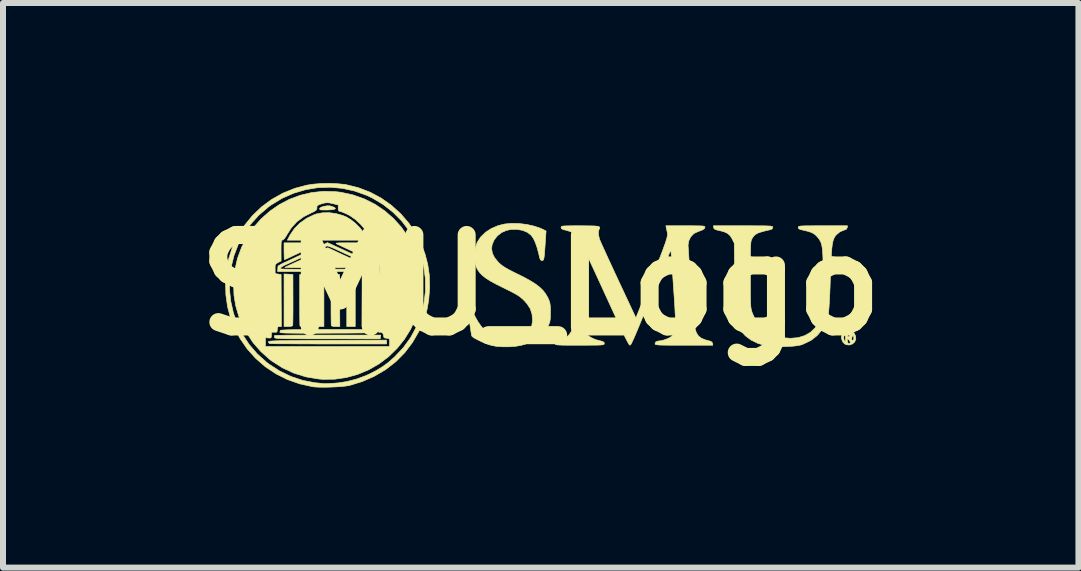
<source format=kicad_pcb>
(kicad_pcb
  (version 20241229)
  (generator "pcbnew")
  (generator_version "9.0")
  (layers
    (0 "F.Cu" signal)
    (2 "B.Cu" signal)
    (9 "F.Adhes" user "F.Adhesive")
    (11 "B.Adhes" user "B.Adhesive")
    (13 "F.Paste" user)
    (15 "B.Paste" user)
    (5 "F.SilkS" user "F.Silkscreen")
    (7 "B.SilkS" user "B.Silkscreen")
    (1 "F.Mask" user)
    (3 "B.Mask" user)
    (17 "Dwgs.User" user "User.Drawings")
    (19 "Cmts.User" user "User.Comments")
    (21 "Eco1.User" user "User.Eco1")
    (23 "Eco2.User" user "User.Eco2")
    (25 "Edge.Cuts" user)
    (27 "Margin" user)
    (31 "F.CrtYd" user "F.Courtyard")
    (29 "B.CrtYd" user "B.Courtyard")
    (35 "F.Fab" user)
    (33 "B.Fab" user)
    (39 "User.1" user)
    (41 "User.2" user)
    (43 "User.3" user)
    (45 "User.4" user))
  (footprint "SMU_Logo"
    (layer "F.Cu")
    (at 5.958 1.699)
    (property "Reference" "SMU_Logo" (at 0 0 0) (layer "F.SilkS") (effects (font (size 1.524 1.524) (thickness 0.3))))
    (attr through_hole)
    (fp_poly (pts (xy -3.612 0.691) (xy -3.754 0.691) (xy -3.754 -0.183) (xy -3.612 -0.183) (xy -3.612 0.691)) (stroke (width 0.01) (type solid)) (fill yes) (layer "F.SilkS"))
    (fp_poly (pts (xy -3.09 0.691) (xy -3.231 0.691) (xy -3.231 -0.183) (xy -3.09 -0.183) (xy -3.09 0.691)) (stroke (width 0.01) (type solid)) (fill yes) (layer "F.SilkS"))
    (fp_poly (pts (xy -3.873 0.684) (xy -3.939 0.689) (xy -3.979 0.689) (xy -4.006 0.685) (xy -4.011 0.682) (xy -4.012 0.665) (xy -4.013 0.624) (xy -4.014 0.562) (xy -4.015 0.482) (xy -4.015 0.389) (xy -4.016 0.285) (xy -4.015 0.247) (xy -4.015 -0.176) (xy -3.873 -0.176) (xy -3.873 0.684)) (stroke (width 0.01) (type solid)) (fill yes) (layer "F.SilkS"))
    (fp_poly (pts (xy -4.202 -0.181) (xy -4.128 -0.176) (xy -4.127 0.24) (xy -4.127 0.346) (xy -4.127 0.443) (xy -4.128 0.528) (xy -4.129 0.597) (xy -4.13 0.646) (xy -4.131 0.671) (xy -4.132 0.674) (xy -4.149 0.685) (xy -4.19 0.691) (xy -4.207 0.691) (xy -4.276 0.691) (xy -4.276 -0.185) (xy -4.202 -0.181)) (stroke (width 0.01) (type solid)) (fill yes) (layer "F.SilkS"))
    (fp_poly (pts (xy -3.349 0.258) (xy -3.347 0.691) (xy -3.415 0.691) (xy -3.46 0.688) (xy -3.486 0.678) (xy -3.488 0.674) (xy -3.49 0.656) (xy -3.491 0.613) (xy -3.492 0.549) (xy -3.493 0.469) (xy -3.493 0.374) (xy -3.493 0.27) (xy -3.493 0.24) (xy -3.492 -0.176) (xy -3.351 -0.176) (xy -3.349 0.258)) (stroke (width 0.01) (type solid)) (fill yes) (layer "F.SilkS"))
    (fp_poly (pts (xy -2.829 0.24) (xy -2.829 0.346) (xy -2.829 0.443) (xy -2.83 0.528) (xy -2.83 0.597) (xy -2.832 0.646) (xy -2.833 0.671) (xy -2.833 0.674) (xy -2.851 0.685) (xy -2.892 0.691) (xy -2.908 0.691) (xy -2.977 0.691) (xy -2.974 0.258) (xy -2.97 -0.176) (xy -2.83 -0.176) (xy -2.829 0.24)) (stroke (width 0.01) (type solid)) (fill yes) (layer "F.SilkS"))
    (fp_poly (pts (xy -3.775 -0.655) (xy -3.83 -0.628) (xy -3.895 -0.597) (xy -3.967 -0.563) (xy -4.04 -0.528) (xy -4.11 -0.496) (xy -4.173 -0.466) (xy -4.223 -0.443) (xy -4.257 -0.428) (xy -4.27 -0.423) (xy -4.272 -0.436) (xy -4.274 -0.472) (xy -4.275 -0.523) (xy -4.276 -0.563) (xy -4.276 -0.703) (xy -3.976 -0.703) (xy -3.676 -0.703) (xy -3.775 -0.655)) (stroke (width 0.01) (type solid)) (fill yes) (layer "F.SilkS"))
    (fp_poly (pts (xy -3.51 -1.319) (xy -3.478 -1.31) (xy -3.435 -1.292) (xy -3.42 -1.277) (xy -3.431 -1.265) (xy -3.469 -1.256) (xy -3.533 -1.252) (xy -3.547 -1.251) (xy -3.603 -1.251) (xy -3.647 -1.252) (xy -3.673 -1.254) (xy -3.677 -1.255) (xy -3.684 -1.275) (xy -3.664 -1.294) (xy -3.62 -1.31) (xy -3.609 -1.312) (xy -3.554 -1.321) (xy -3.51 -1.319)) (stroke (width 0.01) (type solid)) (fill yes) (layer "F.SilkS"))
    (fp_poly (pts (xy -3.407 -1.19) (xy -3.295 -1.158) (xy -3.237 -1.134) (xy -3.16 -1.087) (xy -3.083 -1.025) (xy -3.013 -0.954) (xy -2.954 -0.88) (xy -2.912 -0.809) (xy -2.901 -0.78) (xy -2.891 -0.748) (xy -4.221 -0.748) (xy -4.176 -0.833) (xy -4.104 -0.939) (xy -4.01 -1.034) (xy -3.898 -1.113) (xy -3.774 -1.172) (xy -3.736 -1.185) (xy -3.636 -1.204) (xy -3.523 -1.206) (xy -3.407 -1.19)) (stroke (width 0.01) (type solid)) (fill yes) (layer "F.SilkS"))
    (fp_poly (pts (xy -2.822 -0.564) (xy -2.823 -0.505) (xy -2.826 -0.458) (xy -2.83 -0.43) (xy -2.833 -0.425) (xy -2.848 -0.431) (xy -2.885 -0.447) (xy -2.94 -0.471) (xy -3.007 -0.502) (xy -3.084 -0.538) (xy -3.09 -0.541) (xy -3.171 -0.579) (xy -3.246 -0.614) (xy -3.31 -0.644) (xy -3.359 -0.667) (xy -3.387 -0.68) (xy -3.402 -0.688) (xy -3.409 -0.694) (xy -3.405 -0.698) (xy -3.387 -0.701) (xy -3.351 -0.703) (xy -3.297 -0.704) (xy -3.219 -0.704) (xy -3.129 -0.704) (xy -2.822 -0.704) (xy -2.822 -0.564)) (stroke (width 0.01) (type solid)) (fill yes) (layer "F.SilkS"))
    (fp_poly (pts (xy -2.568 0.981) (xy -3.535 0.981) (xy -3.698 0.981) (xy -3.853 0.98) (xy -3.997 0.98) (xy -4.129 0.979) (xy -4.245 0.978) (xy -4.344 0.978) (xy -4.424 0.977) (xy -4.481 0.976) (xy -4.513 0.974) (xy -4.52 0.974) (xy -4.535 0.955) (xy -4.537 0.945) (xy -4.534 0.941) (xy -4.525 0.938) (xy -4.508 0.935) (xy -4.48 0.932) (xy -4.44 0.93) (xy -4.387 0.928) (xy -4.317 0.926) (xy -4.23 0.925) (xy -4.123 0.924) (xy -3.994 0.923) (xy -3.842 0.922) (xy -3.665 0.921) (xy -3.552 0.921) (xy -2.568 0.917) (xy -2.568 0.981)) (stroke (width 0.01) (type solid)) (fill yes) (layer "F.SilkS"))
    (fp_poly (pts (xy -2.67 0.864) (xy -2.674 0.896) (xy -3.552 0.896) (xy -3.731 0.896) (xy -3.885 0.896) (xy -4.014 0.895) (xy -4.122 0.895) (xy -4.209 0.894) (xy -4.279 0.893) (xy -4.332 0.891) (xy -4.372 0.889) (xy -4.4 0.887) (xy -4.418 0.883) (xy -4.429 0.88) (xy -4.434 0.875) (xy -4.436 0.872) (xy -4.437 0.848) (xy -4.434 0.84) (xy -4.419 0.839) (xy -4.378 0.838) (xy -4.314 0.837) (xy -4.228 0.835) (xy -4.125 0.834) (xy -4.005 0.834) (xy -3.871 0.833) (xy -3.726 0.833) (xy -3.572 0.833) (xy -3.546 0.833) (xy -2.665 0.833) (xy -2.67 0.864)) (stroke (width 0.01) (type solid)) (fill yes) (layer "F.SilkS"))
    (fp_poly (pts (xy -3.386 -0.547) (xy -3.308 -0.51) (xy -3.216 -0.468) (xy -3.121 -0.425) (xy -3.038 -0.387) (xy -2.973 -0.357) (xy -2.919 -0.331) (xy -2.88 -0.311) (xy -2.861 -0.299) (xy -2.859 -0.297) (xy -2.874 -0.296) (xy -2.914 -0.294) (xy -2.975 -0.293) (xy -3.054 -0.292) (xy -3.149 -0.292) (xy -3.255 -0.291) (xy -3.369 -0.29) (xy -3.489 -0.29) (xy -3.611 -0.29) (xy -3.731 -0.29) (xy -3.847 -0.29) (xy -3.955 -0.29) (xy -4.051 -0.29) (xy -4.133 -0.291) (xy -4.198 -0.291) (xy -4.242 -0.292) (xy -4.261 -0.293) (xy -4.262 -0.294) (xy -4.25 -0.301) (xy -4.218 -0.317) (xy -4.174 -0.338) (xy -4.166 -0.341) (xy -4.101 -0.371) (xy -4.028 -0.404) (xy -3.972 -0.43) (xy -3.919 -0.454) (xy -3.849 -0.486) (xy -3.773 -0.521) (xy -3.711 -0.549) (xy -3.548 -0.622) (xy -3.386 -0.547)) (stroke (width 0.01) (type solid)) (fill yes) (layer "F.SilkS"))
    (fp_poly (pts (xy -3.542 0.74) (xy -3.374 0.741) (xy -3.231 0.741) (xy -3.113 0.741) (xy -3.016 0.742) (xy -2.939 0.743) (xy -2.879 0.744) (xy -2.834 0.746) (xy -2.802 0.748) (xy -2.78 0.751) (xy -2.768 0.755) (xy -2.761 0.759) (xy -2.759 0.765) (xy -2.759 0.769) (xy -2.759 0.775) (xy -2.762 0.78) (xy -2.77 0.785) (xy -2.785 0.788) (xy -2.809 0.791) (xy -2.845 0.793) (xy -2.893 0.795) (xy -2.958 0.797) (xy -3.04 0.798) (xy -3.142 0.799) (xy -3.266 0.8) (xy -3.415 0.8) (xy -3.552 0.801) (xy -3.728 0.802) (xy -3.878 0.802) (xy -4.003 0.802) (xy -4.105 0.801) (xy -4.187 0.8) (xy -4.249 0.799) (xy -4.295 0.797) (xy -4.325 0.794) (xy -4.341 0.791) (xy -4.346 0.787) (xy -4.338 0.759) (xy -4.335 0.754) (xy -4.319 0.751) (xy -4.274 0.748) (xy -4.201 0.745) (xy -4.1 0.743) (xy -3.971 0.742) (xy -3.814 0.741) (xy -3.629 0.74) (xy -3.542 0.74)) (stroke (width 0.01) (type solid)) (fill yes) (layer "F.SilkS"))
    (fp_poly (pts (xy -3.142 -0.518) (xy -2.731 -0.328) (xy -2.726 -0.277) (xy -2.722 -0.226) (xy -4.383 -0.226) (xy -4.38 -0.265) (xy -4.379 -0.285) (xy -4.336 -0.285) (xy -4.332 -0.274) (xy -4.317 -0.268) (xy -4.297 -0.267) (xy -4.252 -0.266) (xy -4.185 -0.265) (xy -4.098 -0.264) (xy -3.994 -0.264) (xy -3.877 -0.264) (xy -3.748 -0.264) (xy -3.611 -0.264) (xy -3.601 -0.264) (xy -3.462 -0.265) (xy -3.329 -0.266) (xy -3.205 -0.266) (xy -3.094 -0.267) (xy -2.999 -0.267) (xy -2.923 -0.267) (xy -2.868 -0.268) (xy -2.839 -0.268) (xy -2.839 -0.268) (xy -2.791 -0.27) (xy -2.77 -0.278) (xy -2.769 -0.285) (xy -2.783 -0.297) (xy -2.818 -0.318) (xy -2.869 -0.344) (xy -2.93 -0.373) (xy -2.936 -0.376) (xy -3.047 -0.427) (xy -3.137 -0.469) (xy -3.209 -0.502) (xy -3.268 -0.529) (xy -3.317 -0.552) (xy -3.362 -0.573) (xy -3.406 -0.593) (xy -3.422 -0.601) (xy -3.475 -0.624) (xy -3.52 -0.642) (xy -3.55 -0.652) (xy -3.556 -0.652) (xy -3.576 -0.646) (xy -3.616 -0.63) (xy -3.671 -0.606) (xy -3.733 -0.577) (xy -3.739 -0.574) (xy -3.876 -0.51) (xy -4.001 -0.452) (xy -4.127 -0.394) (xy -4.212 -0.356) (xy -4.278 -0.325) (xy -4.318 -0.302) (xy -4.336 -0.285) (xy -4.379 -0.285) (xy -4.378 -0.297) (xy -4.376 -0.315) (xy -4.363 -0.325) (xy -4.331 -0.344) (xy -4.285 -0.367) (xy -4.265 -0.376) (xy -4.207 -0.403) (xy -4.133 -0.438) (xy -4.054 -0.475) (xy -3.995 -0.503) (xy -3.934 -0.531) (xy -3.883 -0.555) (xy -3.847 -0.572) (xy -3.831 -0.578) (xy -3.83 -0.579) (xy -3.816 -0.584) (xy -3.783 -0.599) (xy -3.734 -0.622) (xy -3.689 -0.643) (xy -3.553 -0.707) (xy -3.142 -0.518)) (stroke (width 0.01) (type solid)) (fill yes) (layer "F.SilkS"))
    (fp_poly (pts (xy 5.191 0.775) (xy 5.22 0.799) (xy 5.246 0.851) (xy 5.249 0.903) (xy 5.229 0.95) (xy 5.192 0.981) (xy 5.139 0.999) (xy 5.09 0.993) (xy 5.071 0.985) (xy 5.037 0.955) (xy 5.015 0.907) (xy 5.01 0.874) (xy 5.045 0.874) (xy 5.053 0.91) (xy 5.054 0.913) (xy 5.066 0.939) (xy 5.072 0.94) (xy 5.075 0.928) (xy 5.109 0.928) (xy 5.115 0.96) (xy 5.131 0.976) (xy 5.151 0.969) (xy 5.157 0.961) (xy 5.154 0.942) (xy 5.137 0.915) (xy 5.137 0.915) (xy 5.122 0.898) (xy 5.177 0.898) (xy 5.184 0.915) (xy 5.199 0.922) (xy 5.212 0.909) (xy 5.217 0.884) (xy 5.213 0.859) (xy 5.206 0.839) (xy 5.198 0.843) (xy 5.187 0.863) (xy 5.177 0.898) (xy 5.122 0.898) (xy 5.109 0.882) (xy 5.109 0.928) (xy 5.075 0.928) (xy 5.076 0.921) (xy 5.079 0.882) (xy 5.077 0.85) (xy 5.077 0.847) (xy 5.108 0.847) (xy 5.12 0.859) (xy 5.129 0.861) (xy 5.148 0.853) (xy 5.151 0.847) (xy 5.139 0.834) (xy 5.129 0.833) (xy 5.111 0.84) (xy 5.108 0.847) (xy 5.077 0.847) (xy 5.073 0.824) (xy 5.067 0.823) (xy 5.055 0.842) (xy 5.045 0.874) (xy 5.01 0.874) (xy 5.009 0.867) (xy 5.022 0.822) (xy 5.031 0.811) (xy 5.179 0.811) (xy 5.186 0.818) (xy 5.193 0.811) (xy 5.186 0.804) (xy 5.179 0.811) (xy 5.031 0.811) (xy 5.043 0.799) (xy 5.106 0.799) (xy 5.125 0.801) (xy 5.129 0.802) (xy 5.153 0.8) (xy 5.156 0.796) (xy 5.154 0.795) (xy 5.126 0.792) (xy 5.112 0.795) (xy 5.106 0.799) (xy 5.043 0.799) (xy 5.053 0.788) (xy 5.097 0.767) (xy 5.145 0.762) (xy 5.191 0.775)) (stroke (width 0.01) (type solid)) (fill yes) (layer "F.SilkS"))
    (fp_poly (pts (xy -3.396 -1.689) (xy -3.278 -1.678) (xy -3.244 -1.673) (xy -3.038 -1.622) (xy -2.842 -1.547) (xy -2.657 -1.448) (xy -2.486 -1.327) (xy -2.331 -1.186) (xy -2.194 -1.027) (xy -2.077 -0.852) (xy -1.981 -0.662) (xy -1.928 -0.52) (xy -1.883 -0.348) (xy -1.857 -0.172) (xy -1.851 0.017) (xy -1.853 0.077) (xy -1.866 0.246) (xy -1.892 0.399) (xy -1.933 0.544) (xy -1.991 0.69) (xy -2.028 0.769) (xy -2.137 0.957) (xy -2.266 1.127) (xy -2.416 1.278) (xy -2.585 1.409) (xy -2.772 1.519) (xy -2.975 1.608) (xy -3.189 1.673) (xy -3.245 1.682) (xy -3.322 1.69) (xy -3.413 1.696) (xy -3.51 1.7) (xy -3.606 1.702) (xy -3.694 1.701) (xy -3.767 1.697) (xy -3.801 1.693) (xy -4.017 1.645) (xy -4.222 1.573) (xy -4.413 1.477) (xy -4.59 1.359) (xy -4.749 1.22) (xy -4.89 1.063) (xy -5.011 0.887) (xy -5.111 0.695) (xy -5.167 0.55) (xy -5.217 0.362) (xy -5.245 0.162) (xy -5.247 0.082) (xy -5.184 0.082) (xy -5.163 0.274) (xy -5.12 0.463) (xy -5.055 0.647) (xy -4.967 0.824) (xy -4.857 0.99) (xy -4.724 1.145) (xy -4.568 1.285) (xy -4.528 1.316) (xy -4.351 1.431) (xy -4.162 1.522) (xy -3.965 1.588) (xy -3.762 1.627) (xy -3.718 1.631) (xy -3.669 1.636) (xy -3.633 1.64) (xy -3.617 1.642) (xy -3.617 1.642) (xy -3.601 1.643) (xy -3.564 1.642) (xy -3.512 1.64) (xy -3.452 1.636) (xy -3.39 1.631) (xy -3.375 1.63) (xy -3.227 1.607) (xy -3.072 1.567) (xy -2.919 1.511) (xy -2.856 1.483) (xy -2.738 1.423) (xy -2.638 1.362) (xy -2.546 1.295) (xy -2.451 1.212) (xy -2.435 1.198) (xy -2.29 1.044) (xy -2.167 0.875) (xy -2.069 0.693) (xy -1.994 0.502) (xy -1.945 0.302) (xy -1.92 0.098) (xy -1.922 -0.11) (xy -1.95 -0.319) (xy -2.005 -0.527) (xy -2.005 -0.528) (xy -2.084 -0.72) (xy -2.187 -0.899) (xy -2.312 -1.063) (xy -2.458 -1.211) (xy -2.621 -1.34) (xy -2.801 -1.448) (xy -2.895 -1.493) (xy -3.095 -1.565) (xy -3.3 -1.611) (xy -3.507 -1.63) (xy -3.714 -1.623) (xy -3.918 -1.589) (xy -4.117 -1.53) (xy -4.308 -1.446) (xy -4.489 -1.336) (xy -4.536 -1.302) (xy -4.696 -1.165) (xy -4.833 -1.013) (xy -4.948 -0.849) (xy -5.04 -0.674) (xy -5.11 -0.492) (xy -5.157 -0.303) (xy -5.181 -0.112) (xy -5.184 0.082) (xy -5.247 0.082) (xy -5.251 -0.043) (xy -5.234 -0.247) (xy -5.196 -0.445) (xy -5.143 -0.61) (xy -5.052 -0.808) (xy -4.938 -0.99) (xy -4.804 -1.155) (xy -4.651 -1.302) (xy -4.481 -1.427) (xy -4.296 -1.531) (xy -4.097 -1.611) (xy -3.899 -1.664) (xy -3.789 -1.681) (xy -3.661 -1.691) (xy -3.527 -1.694) (xy -3.396 -1.689)) (stroke (width 0.01) (type solid)) (fill yes) (layer "F.SilkS"))
    (fp_poly (pts (xy -0.359 -1.025) (xy -0.229 -1.009) (xy -0.106 -0.981) (xy 0.001 -0.944) (xy 0.032 -0.93) (xy 0.089 -0.901) (xy 0.079 -0.757) (xy 0.072 -0.649) (xy 0.066 -0.567) (xy 0.061 -0.505) (xy 0.056 -0.462) (xy 0.05 -0.435) (xy 0.044 -0.419) (xy 0.036 -0.411) (xy 0.025 -0.409) (xy 0.022 -0.409) (xy 0.006 -0.412) (xy -0.006 -0.425) (xy -0.017 -0.452) (xy -0.028 -0.5) (xy -0.034 -0.526) (xy -0.059 -0.621) (xy -0.09 -0.709) (xy -0.124 -0.781) (xy -0.16 -0.83) (xy -0.223 -0.879) (xy -0.304 -0.912) (xy -0.397 -0.928) (xy -0.494 -0.927) (xy -0.57 -0.911) (xy -0.653 -0.875) (xy -0.723 -0.819) (xy -0.777 -0.75) (xy -0.81 -0.672) (xy -0.818 -0.608) (xy -0.806 -0.531) (xy -0.768 -0.455) (xy -0.706 -0.38) (xy -0.671 -0.347) (xy -0.634 -0.318) (xy -0.589 -0.289) (xy -0.531 -0.256) (xy -0.455 -0.217) (xy -0.404 -0.192) (xy -0.275 -0.128) (xy -0.17 -0.07) (xy -0.085 -0.016) (xy -0.017 0.036) (xy 0.037 0.088) (xy 0.08 0.144) (xy 0.116 0.205) (xy 0.125 0.224) (xy 0.142 0.264) (xy 0.153 0.302) (xy 0.159 0.344) (xy 0.162 0.401) (xy 0.162 0.452) (xy 0.161 0.522) (xy 0.158 0.574) (xy 0.151 0.613) (xy 0.138 0.65) (xy 0.126 0.677) (xy 0.065 0.774) (xy -0.019 0.858) (xy -0.124 0.927) (xy -0.248 0.981) (xy -0.319 1.002) (xy -0.411 1.019) (xy -0.519 1.028) (xy -0.631 1.028) (xy -0.736 1.021) (xy -0.811 1.007) (xy -0.865 0.992) (xy -0.926 0.969) (xy -0.989 0.942) (xy -1.049 0.913) (xy -1.1 0.886) (xy -1.135 0.863) (xy -1.149 0.848) (xy -1.153 0.826) (xy -1.161 0.783) (xy -1.17 0.722) (xy -1.181 0.652) (xy -1.185 0.628) (xy -1.196 0.554) (xy -1.206 0.488) (xy -1.215 0.436) (xy -1.22 0.403) (xy -1.221 0.399) (xy -1.222 0.376) (xy -1.206 0.368) (xy -1.187 0.367) (xy -1.157 0.372) (xy -1.142 0.393) (xy -1.138 0.408) (xy -1.119 0.47) (xy -1.084 0.543) (xy -1.04 0.618) (xy -0.991 0.688) (xy -0.961 0.723) (xy -0.867 0.81) (xy -0.768 0.871) (xy -0.662 0.907) (xy -0.544 0.919) (xy -0.54 0.919) (xy -0.427 0.91) (xy -0.329 0.88) (xy -0.25 0.832) (xy -0.19 0.768) (xy -0.151 0.688) (xy -0.136 0.595) (xy -0.136 0.586) (xy -0.145 0.484) (xy -0.174 0.395) (xy -0.226 0.314) (xy -0.275 0.259) (xy -0.308 0.227) (xy -0.34 0.2) (xy -0.377 0.174) (xy -0.422 0.147) (xy -0.481 0.115) (xy -0.558 0.077) (xy -0.626 0.043) (xy -0.745 -0.016) (xy -0.84 -0.068) (xy -0.915 -0.116) (xy -0.973 -0.161) (xy -1.017 -0.207) (xy -1.051 -0.255) (xy -1.073 -0.3) (xy -1.092 -0.371) (xy -1.101 -0.458) (xy -1.097 -0.551) (xy -1.083 -0.639) (xy -1.058 -0.713) (xy -1 -0.801) (xy -0.92 -0.879) (xy -0.821 -0.943) (xy -0.708 -0.991) (xy -0.603 -1.017) (xy -0.486 -1.028) (xy -0.359 -1.025)) (stroke (width 0.01) (type solid)) (fill yes) (layer "F.SilkS"))
    (fp_poly (pts (xy 3.503 -0.988) (xy 3.608 -0.987) (xy 3.691 -0.987) (xy 3.754 -0.986) (xy 3.8 -0.984) (xy 3.831 -0.982) (xy 3.851 -0.978) (xy 3.861 -0.973) (xy 3.866 -0.967) (xy 3.866 -0.96) (xy 3.866 -0.96) (xy 3.855 -0.935) (xy 3.828 -0.923) (xy 3.736 -0.902) (xy 3.667 -0.883) (xy 3.616 -0.865) (xy 3.58 -0.844) (xy 3.552 -0.82) (xy 3.529 -0.788) (xy 3.521 -0.775) (xy 3.514 -0.761) (xy 3.508 -0.746) (xy 3.503 -0.726) (xy 3.5 -0.699) (xy 3.497 -0.662) (xy 3.495 -0.611) (xy 3.494 -0.544) (xy 3.493 -0.458) (xy 3.493 -0.351) (xy 3.493 -0.219) (xy 3.493 -0.176) (xy 3.493 -0.037) (xy 3.493 0.077) (xy 3.493 0.169) (xy 3.494 0.242) (xy 3.496 0.299) (xy 3.499 0.343) (xy 3.502 0.377) (xy 3.507 0.405) (xy 3.513 0.428) (xy 3.52 0.451) (xy 3.525 0.466) (xy 3.582 0.591) (xy 3.655 0.693) (xy 3.745 0.772) (xy 3.854 0.831) (xy 3.981 0.869) (xy 4.022 0.876) (xy 4.161 0.887) (xy 4.287 0.876) (xy 4.398 0.842) (xy 4.493 0.788) (xy 4.571 0.713) (xy 4.622 0.634) (xy 4.643 0.59) (xy 4.66 0.546) (xy 4.674 0.5) (xy 4.685 0.447) (xy 4.693 0.386) (xy 4.698 0.311) (xy 4.702 0.22) (xy 4.704 0.11) (xy 4.705 -0.023) (xy 4.705 -0.113) (xy 4.705 -0.258) (xy 4.703 -0.378) (xy 4.701 -0.476) (xy 4.696 -0.555) (xy 4.69 -0.618) (xy 4.681 -0.668) (xy 4.669 -0.708) (xy 4.653 -0.741) (xy 4.634 -0.771) (xy 4.612 -0.798) (xy 4.581 -0.831) (xy 4.55 -0.855) (xy 4.513 -0.875) (xy 4.464 -0.892) (xy 4.398 -0.909) (xy 4.329 -0.924) (xy 4.297 -0.939) (xy 4.29 -0.96) (xy 4.291 -0.968) (xy 4.295 -0.974) (xy 4.307 -0.979) (xy 4.328 -0.983) (xy 4.362 -0.985) (xy 4.412 -0.987) (xy 4.481 -0.987) (xy 4.572 -0.988) (xy 4.688 -0.988) (xy 5.11 -0.988) (xy 5.106 -0.957) (xy 5.093 -0.931) (xy 5.059 -0.917) (xy 5.054 -0.916) (xy 4.985 -0.888) (xy 4.923 -0.836) (xy 4.907 -0.816) (xy 4.891 -0.791) (xy 4.878 -0.761) (xy 4.866 -0.722) (xy 4.857 -0.672) (xy 4.849 -0.608) (xy 4.843 -0.527) (xy 4.837 -0.427) (xy 4.831 -0.305) (xy 4.826 -0.159) (xy 4.825 -0.113) (xy 4.82 0.039) (xy 4.814 0.173) (xy 4.808 0.288) (xy 4.802 0.38) (xy 4.796 0.448) (xy 4.79 0.486) (xy 4.75 0.622) (xy 4.69 0.74) (xy 4.608 0.838) (xy 4.506 0.919) (xy 4.381 0.98) (xy 4.334 0.998) (xy 4.284 1.008) (xy 4.214 1.017) (xy 4.13 1.022) (xy 4.038 1.025) (xy 3.945 1.025) (xy 3.859 1.022) (xy 3.786 1.016) (xy 3.741 1.009) (xy 3.615 0.97) (xy 3.503 0.915) (xy 3.409 0.845) (xy 3.337 0.764) (xy 3.321 0.738) (xy 3.303 0.706) (xy 3.287 0.677) (xy 3.275 0.647) (xy 3.265 0.614) (xy 3.256 0.574) (xy 3.25 0.526) (xy 3.245 0.466) (xy 3.241 0.391) (xy 3.239 0.298) (xy 3.236 0.186) (xy 3.234 0.05) (xy 3.232 -0.078) (xy 3.224 -0.699) (xy 3.189 -0.769) (xy 3.156 -0.822) (xy 3.114 -0.86) (xy 3.057 -0.887) (xy 2.978 -0.908) (xy 2.975 -0.908) (xy 2.925 -0.92) (xy 2.897 -0.932) (xy 2.884 -0.947) (xy 2.881 -0.957) (xy 2.877 -0.988) (xy 3.372 -0.988) (xy 3.503 -0.988)) (stroke (width 0.01) (type solid)) (fill yes) (layer "F.SilkS"))
    (fp_poly (pts (xy -3.417 -1.556) (xy -3.33 -1.546) (xy -3.127 -1.502) (xy -2.936 -1.434) (xy -2.759 -1.345) (xy -2.597 -1.235) (xy -2.45 -1.107) (xy -2.321 -0.963) (xy -2.211 -0.804) (xy -2.122 -0.634) (xy -2.053 -0.453) (xy -2.007 -0.263) (xy -1.986 -0.067) (xy -1.99 0.134) (xy -2.02 0.337) (xy -2.025 0.358) (xy -2.084 0.554) (xy -2.167 0.736) (xy -2.272 0.905) (xy -2.396 1.058) (xy -2.537 1.195) (xy -2.693 1.312) (xy -2.863 1.41) (xy -3.044 1.486) (xy -3.233 1.539) (xy -3.43 1.568) (xy -3.631 1.57) (xy -3.703 1.564) (xy -3.912 1.529) (xy -4.112 1.467) (xy -4.302 1.379) (xy -4.48 1.265) (xy -4.516 1.238) (xy -4.664 1.106) (xy -4.793 0.958) (xy -4.846 0.876) (xy -4.586 0.876) (xy -4.586 1.024) (xy -2.52 1.023) (xy -2.518 0.956) (xy -2.519 0.915) (xy -2.527 0.895) (xy -2.549 0.886) (xy -2.589 0.883) (xy -2.611 0.875) (xy -2.618 0.847) (xy -2.618 0.841) (xy -2.629 0.805) (xy -2.657 0.785) (xy -2.692 0.787) (xy -2.704 0.781) (xy -2.709 0.749) (xy -2.709 0.742) (xy -2.712 0.708) (xy -2.723 0.694) (xy -2.745 0.691) (xy -2.78 0.691) (xy -2.78 -0.187) (xy -2.683 -0.175) (xy -2.679 -0.244) (xy -2.678 -0.303) (xy -2.687 -0.341) (xy -2.71 -0.366) (xy -2.737 -0.381) (xy -2.767 -0.397) (xy -2.779 -0.42) (xy -2.779 -0.45) (xy -2.779 -0.488) (xy -2.778 -0.544) (xy -2.778 -0.607) (xy -2.779 -0.624) (xy -2.78 -0.684) (xy -2.783 -0.721) (xy -2.789 -0.74) (xy -2.799 -0.747) (xy -2.806 -0.748) (xy -2.827 -0.76) (xy -2.852 -0.796) (xy -2.873 -0.836) (xy -2.926 -0.925) (xy -3 -1.012) (xy -3.086 -1.092) (xy -3.178 -1.156) (xy -3.218 -1.178) (xy -3.27 -1.201) (xy -3.314 -1.219) (xy -3.343 -1.227) (xy -3.347 -1.228) (xy -3.364 -1.234) (xy -3.372 -1.258) (xy -3.373 -1.281) (xy -3.373 -1.335) (xy -3.465 -1.357) (xy -3.519 -1.369) (xy -3.558 -1.372) (xy -3.597 -1.368) (xy -3.642 -1.357) (xy -3.695 -1.339) (xy -3.723 -1.321) (xy -3.727 -1.313) (xy -3.729 -1.279) (xy -3.73 -1.266) (xy -3.746 -1.243) (xy -3.789 -1.218) (xy -3.812 -1.208) (xy -3.949 -1.139) (xy -4.064 -1.054) (xy -4.158 -0.949) (xy -4.22 -0.852) (xy -4.253 -0.797) (xy -4.281 -0.762) (xy -4.299 -0.751) (xy -4.311 -0.747) (xy -4.318 -0.736) (xy -4.323 -0.714) (xy -4.325 -0.676) (xy -4.326 -0.617) (xy -4.326 -0.574) (xy -4.325 -0.402) (xy -4.376 -0.375) (xy -4.405 -0.358) (xy -4.42 -0.34) (xy -4.425 -0.313) (xy -4.425 -0.269) (xy -4.424 -0.191) (xy -4.374 -0.183) (xy -4.325 -0.176) (xy -4.323 0.258) (xy -4.32 0.691) (xy -4.354 0.691) (xy -4.378 0.695) (xy -4.387 0.713) (xy -4.389 0.74) (xy -4.391 0.773) (xy -4.402 0.785) (xy -4.432 0.786) (xy -4.438 0.785) (xy -4.47 0.784) (xy -4.484 0.794) (xy -4.487 0.822) (xy -4.487 0.834) (xy -4.489 0.868) (xy -4.499 0.881) (xy -4.526 0.882) (xy -4.537 0.881) (xy -4.586 0.876) (xy -4.846 0.876) (xy -4.903 0.79) (xy -4.959 0.684) (xy -5.033 0.511) (xy -5.082 0.341) (xy -5.11 0.168) (xy -5.116 -0.018) (xy -5.116 -0.042) (xy -5.096 -0.247) (xy -5.052 -0.443) (xy -4.984 -0.627) (xy -4.894 -0.8) (xy -4.785 -0.959) (xy -4.658 -1.103) (xy -4.514 -1.23) (xy -4.357 -1.339) (xy -4.186 -1.429) (xy -4.006 -1.496) (xy -3.816 -1.541) (xy -3.619 -1.562) (xy -3.417 -1.556)) (stroke (width 0.01) (type solid)) (fill yes) (layer "F.SilkS"))
    (fp_poly (pts (xy 2.517 -0.988) (xy 2.596 -0.987) (xy 2.653 -0.986) (xy 2.693 -0.984) (xy 2.717 -0.981) (xy 2.731 -0.976) (xy 2.735 -0.97) (xy 2.735 -0.961) (xy 2.735 -0.958) (xy 2.723 -0.937) (xy 2.69 -0.917) (xy 2.655 -0.904) (xy 2.605 -0.884) (xy 2.561 -0.863) (xy 2.544 -0.851) (xy 2.497 -0.801) (xy 2.466 -0.735) (xy 2.455 -0.669) (xy 2.456 -0.639) (xy 2.46 -0.584) (xy 2.465 -0.509) (xy 2.471 -0.417) (xy 2.479 -0.311) (xy 2.487 -0.197) (xy 2.496 -0.076) (xy 2.505 0.046) (xy 2.515 0.166) (xy 2.524 0.281) (xy 2.533 0.386) (xy 2.541 0.478) (xy 2.547 0.554) (xy 2.553 0.609) (xy 2.555 0.626) (xy 2.57 0.722) (xy 2.593 0.794) (xy 2.627 0.847) (xy 2.675 0.885) (xy 2.74 0.912) (xy 2.787 0.924) (xy 2.831 0.937) (xy 2.854 0.952) (xy 2.862 0.971) (xy 2.867 1.002) (xy 2.386 1.002) (xy 2.257 1.002) (xy 2.153 1.002) (xy 2.072 1.001) (xy 2.011 1) (xy 1.967 0.998) (xy 1.937 0.995) (xy 1.919 0.991) (xy 1.909 0.987) (xy 1.905 0.98) (xy 1.905 0.975) (xy 1.917 0.947) (xy 1.952 0.933) (xy 1.974 0.931) (xy 2.022 0.924) (xy 2.08 0.906) (xy 2.137 0.882) (xy 2.18 0.855) (xy 2.188 0.848) (xy 2.205 0.83) (xy 2.219 0.812) (xy 2.229 0.791) (xy 2.237 0.765) (xy 2.243 0.73) (xy 2.246 0.685) (xy 2.246 0.626) (xy 2.244 0.552) (xy 2.239 0.459) (xy 2.233 0.346) (xy 2.224 0.208) (xy 2.215 0.079) (xy 2.206 -0.052) (xy 2.198 -0.175) (xy 2.19 -0.287) (xy 2.183 -0.385) (xy 2.178 -0.465) (xy 2.173 -0.526) (xy 2.17 -0.564) (xy 2.17 -0.575) (xy 2.164 -0.569) (xy 2.148 -0.54) (xy 2.125 -0.489) (xy 2.094 -0.42) (xy 2.057 -0.335) (xy 2.015 -0.235) (xy 1.969 -0.125) (xy 1.948 -0.074) (xy 1.87 0.119) (xy 1.801 0.287) (xy 1.741 0.432) (xy 1.69 0.556) (xy 1.647 0.661) (xy 1.611 0.748) (xy 1.581 0.819) (xy 1.557 0.875) (xy 1.537 0.918) (xy 1.522 0.95) (xy 1.511 0.973) (xy 1.502 0.988) (xy 1.495 0.996) (xy 1.49 1) (xy 1.485 1.001) (xy 1.484 1.001) (xy 1.474 0.993) (xy 1.458 0.967) (xy 1.434 0.922) (xy 1.401 0.858) (xy 1.36 0.772) (xy 1.309 0.665) (xy 1.249 0.535) (xy 1.178 0.381) (xy 1.116 0.246) (xy 1.053 0.109) (xy 0.994 -0.02) (xy 0.939 -0.139) (xy 0.89 -0.246) (xy 0.847 -0.338) (xy 0.812 -0.413) (xy 0.785 -0.469) (xy 0.768 -0.504) (xy 0.762 -0.515) (xy 0.759 -0.503) (xy 0.756 -0.465) (xy 0.753 -0.406) (xy 0.749 -0.327) (xy 0.744 -0.232) (xy 0.74 -0.124) (xy 0.736 -0.006) (xy 0.735 0.011) (xy 0.73 0.172) (xy 0.725 0.308) (xy 0.722 0.42) (xy 0.72 0.511) (xy 0.718 0.583) (xy 0.717 0.64) (xy 0.718 0.683) (xy 0.719 0.715) (xy 0.722 0.738) (xy 0.725 0.755) (xy 0.73 0.768) (xy 0.735 0.78) (xy 0.739 0.786) (xy 0.774 0.83) (xy 0.831 0.87) (xy 0.901 0.903) (xy 0.945 0.917) (xy 1.001 0.931) (xy 1.034 0.942) (xy 1.051 0.951) (xy 1.058 0.963) (xy 1.058 0.975) (xy 1.057 0.982) (xy 1.052 0.989) (xy 1.04 0.993) (xy 1.018 0.997) (xy 0.982 0.999) (xy 0.931 1.001) (xy 0.86 1.001) (xy 0.767 1.002) (xy 0.649 1.002) (xy 0.531 1.002) (xy 0.438 1.002) (xy 0.368 1.001) (xy 0.316 0.999) (xy 0.281 0.997) (xy 0.258 0.993) (xy 0.246 0.989) (xy 0.241 0.983) (xy 0.24 0.975) (xy 0.24 0.974) (xy 0.252 0.948) (xy 0.279 0.937) (xy 0.338 0.916) (xy 0.398 0.885) (xy 0.45 0.85) (xy 0.479 0.82) (xy 0.495 0.795) (xy 0.51 0.77) (xy 0.522 0.741) (xy 0.532 0.706) (xy 0.542 0.662) (xy 0.551 0.606) (xy 0.56 0.534) (xy 0.57 0.445) (xy 0.58 0.335) (xy 0.592 0.201) (xy 0.599 0.12) (xy 0.616 -0.067) (xy 0.629 -0.228) (xy 0.639 -0.364) (xy 0.647 -0.477) (xy 0.652 -0.568) (xy 0.654 -0.64) (xy 0.654 -0.694) (xy 0.652 -0.731) (xy 0.649 -0.749) (xy 0.625 -0.803) (xy 0.583 -0.846) (xy 0.521 -0.882) (xy 0.435 -0.91) (xy 0.377 -0.924) (xy 0.346 -0.939) (xy 0.339 -0.96) (xy 0.34 -0.969) (xy 0.345 -0.976) (xy 0.359 -0.981) (xy 0.383 -0.984) (xy 0.423 -0.986) (xy 0.48 -0.987) (xy 0.56 -0.988) (xy 0.655 -0.988) (xy 0.763 -0.987) (xy 0.847 -0.986) (xy 0.907 -0.984) (xy 0.949 -0.979) (xy 0.973 -0.972) (xy 0.983 -0.962) (xy 0.982 -0.948) (xy 0.973 -0.93) (xy 0.973 -0.93) (xy 0.961 -0.89) (xy 0.963 -0.834) (xy 0.978 -0.77) (xy 0.981 -0.76) (xy 0.992 -0.735) (xy 1.013 -0.687) (xy 1.043 -0.62) (xy 1.082 -0.535) (xy 1.127 -0.436) (xy 1.179 -0.325) (xy 1.234 -0.205) (xy 1.293 -0.079) (xy 1.294 -0.076) (xy 1.586 0.547) (xy 1.817 -0.033) (xy 1.883 -0.197) (xy 1.938 -0.337) (xy 1.984 -0.454) (xy 2.022 -0.552) (xy 2.051 -0.632) (xy 2.075 -0.697) (xy 2.091 -0.748) (xy 2.103 -0.788) (xy 2.109 -0.818) (xy 2.112 -0.842) (xy 2.111 -0.86) (xy 2.11 -0.868) (xy 2.101 -0.914) (xy 2.093 -0.949) (xy 2.085 -0.988) (xy 2.412 -0.988) (xy 2.517 -0.988)) (stroke (width 0.01) (type solid)) (fill yes) (layer "F.SilkS")))
  (gr_rect
    (start -3 -3)
    (end 14.916 6.406)
    (stroke (width 0.1) (type default))
    (fill no)
    (layer "Edge.Cuts")))
</source>
